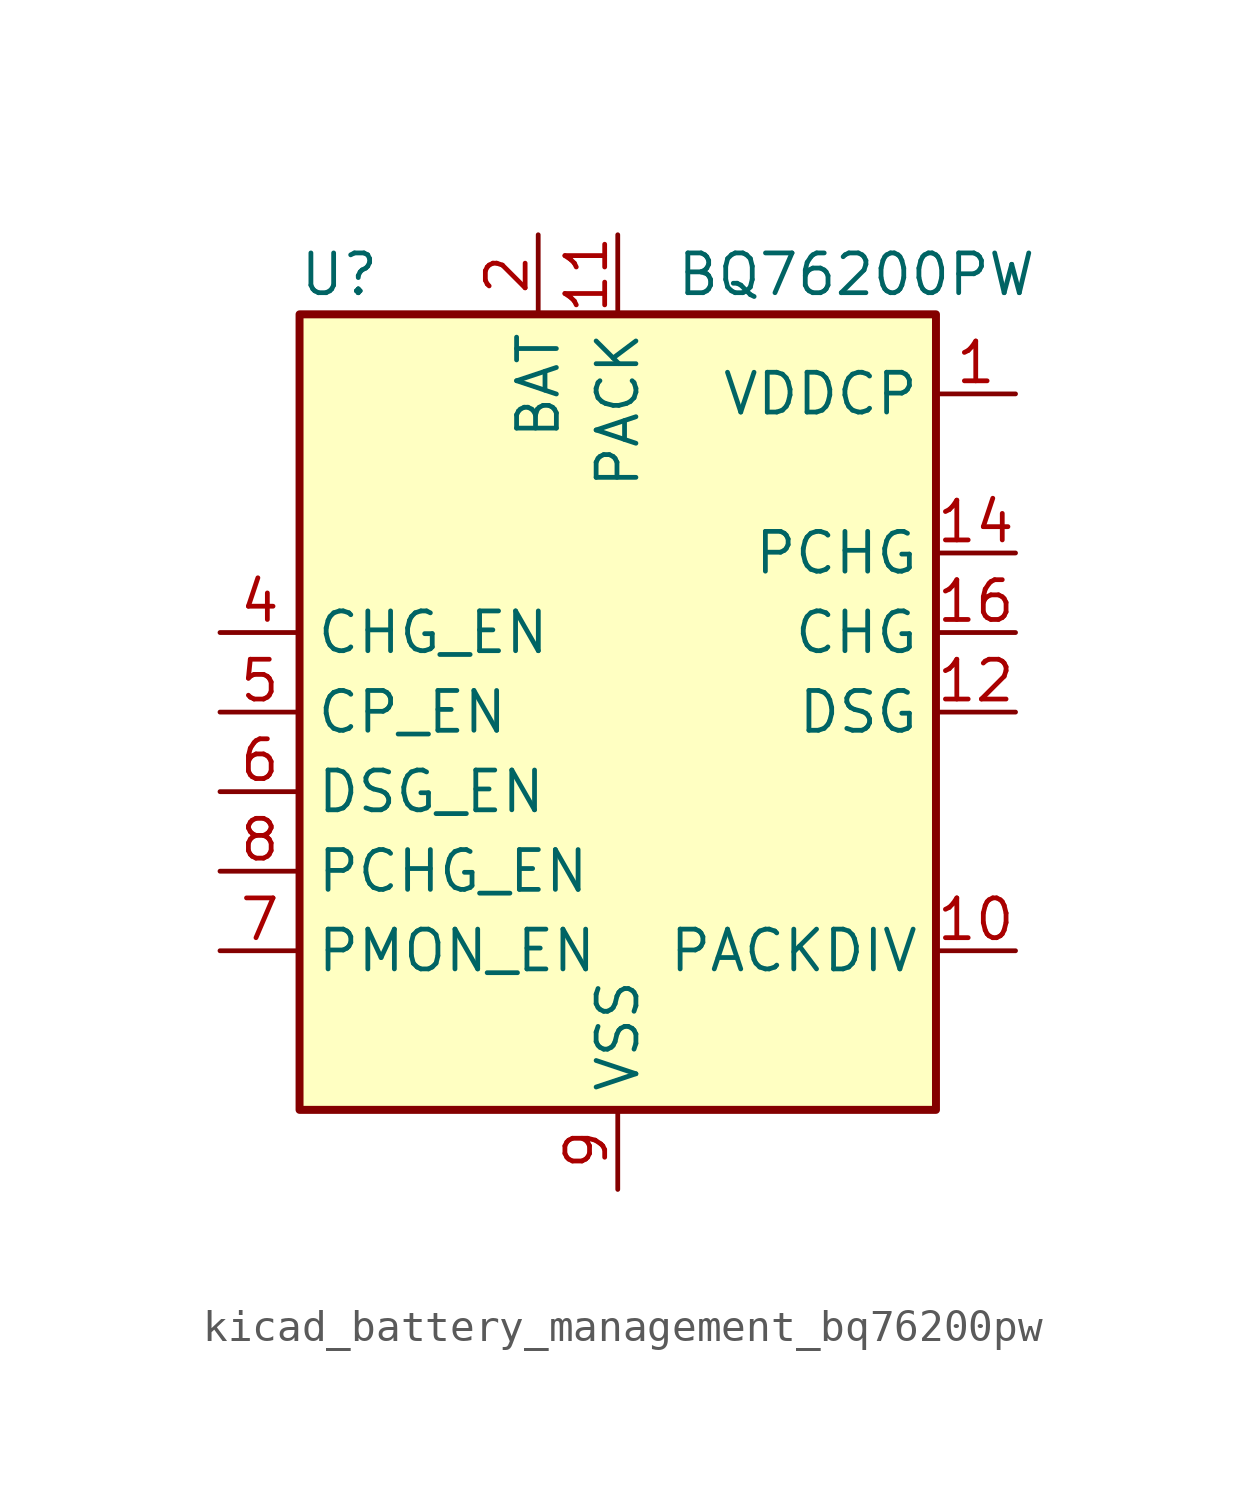
<source format=kicad_sym>
(kicad_symbol_lib
  (version 20220914)
  (generator kicad_symbol_editor)
  (symbol "kicad_battery_management_bq76200pw"
    (property "Reference" "U"
      (at -8.89 13.97 0)
      (effects (font (size 1.27 1.27))))
    (property "Value" "BQ76200PW"
      (at 7.62 13.97 0)
      (effects (font (size 1.27 1.27))))
    (symbol "kicad_battery_management_bq76200pw_0_1"
      (rectangle (start -10.16 -12.7) (end 10.16 12.7) (stroke (width 0.254) (type default)) (fill (type background))))
    (symbol "kicad_battery_management_bq76200pw_1_1"
      (pin output line (at 12.7 10.16 180) (length 2.54) (name "VDDCP" (effects (font (size 1.27 1.27)))) (number "1" (effects (font (size 1.27 1.27)))))
      (pin output line (at 12.7 -7.62 180) (length 2.54) (name "PACKDIV" (effects (font (size 1.27 1.27)))) (number "10" (effects (font (size 1.27 1.27)))))
      (pin power_in line (at 0 15.24 270) (length 2.54) (name "PACK" (effects (font (size 1.27 1.27)))) (number "11" (effects (font (size 1.27 1.27)))))
      (pin output line (at 12.7 0 180) (length 2.54) (name "DSG" (effects (font (size 1.27 1.27)))) (number "12" (effects (font (size 1.27 1.27)))))
      (pin no_connect line (at -10.16 7.62 0) (length 2.54) hide (name "NC" (effects (font (size 1.27 1.27)))) (number "13" (effects (font (size 1.27 1.27)))))
      (pin output line (at 12.7 5.08 180) (length 2.54) (name "PCHG" (effects (font (size 1.27 1.27)))) (number "14" (effects (font (size 1.27 1.27)))))
      (pin no_connect line (at -10.16 5.08 0) (length 2.54) hide (name "NC" (effects (font (size 1.27 1.27)))) (number "15" (effects (font (size 1.27 1.27)))))
      (pin output line (at 12.7 2.54 180) (length 2.54) (name "CHG" (effects (font (size 1.27 1.27)))) (number "16" (effects (font (size 1.27 1.27)))))
      (pin power_in line (at -2.54 15.24 270) (length 2.54) (name "BAT" (effects (font (size 1.27 1.27)))) (number "2" (effects (font (size 1.27 1.27)))))
      (pin no_connect line (at -10.16 10.16 0) (length 2.54) hide (name "NC" (effects (font (size 1.27 1.27)))) (number "3" (effects (font (size 1.27 1.27)))))
      (pin input line (at -12.7 2.54 0) (length 2.54) (name "CHG_EN" (effects (font (size 1.27 1.27)))) (number "4" (effects (font (size 1.27 1.27)))))
      (pin input line (at -12.7 0 0) (length 2.54) (name "CP_EN" (effects (font (size 1.27 1.27)))) (number "5" (effects (font (size 1.27 1.27)))))
      (pin input line (at -12.7 -2.54 0) (length 2.54) (name "DSG_EN" (effects (font (size 1.27 1.27)))) (number "6" (effects (font (size 1.27 1.27)))))
      (pin input line (at -12.7 -7.62 0) (length 2.54) (name "PMON_EN" (effects (font (size 1.27 1.27)))) (number "7" (effects (font (size 1.27 1.27)))))
      (pin input line (at -12.7 -5.08 0) (length 2.54) (name "PCHG_EN" (effects (font (size 1.27 1.27)))) (number "8" (effects (font (size 1.27 1.27)))))
      (pin power_in line (at 0 -15.24 90) (length 2.54) (name "VSS" (effects (font (size 1.27 1.27)))) (number "9" (effects (font (size 1.27 1.27))))))))
</source>
